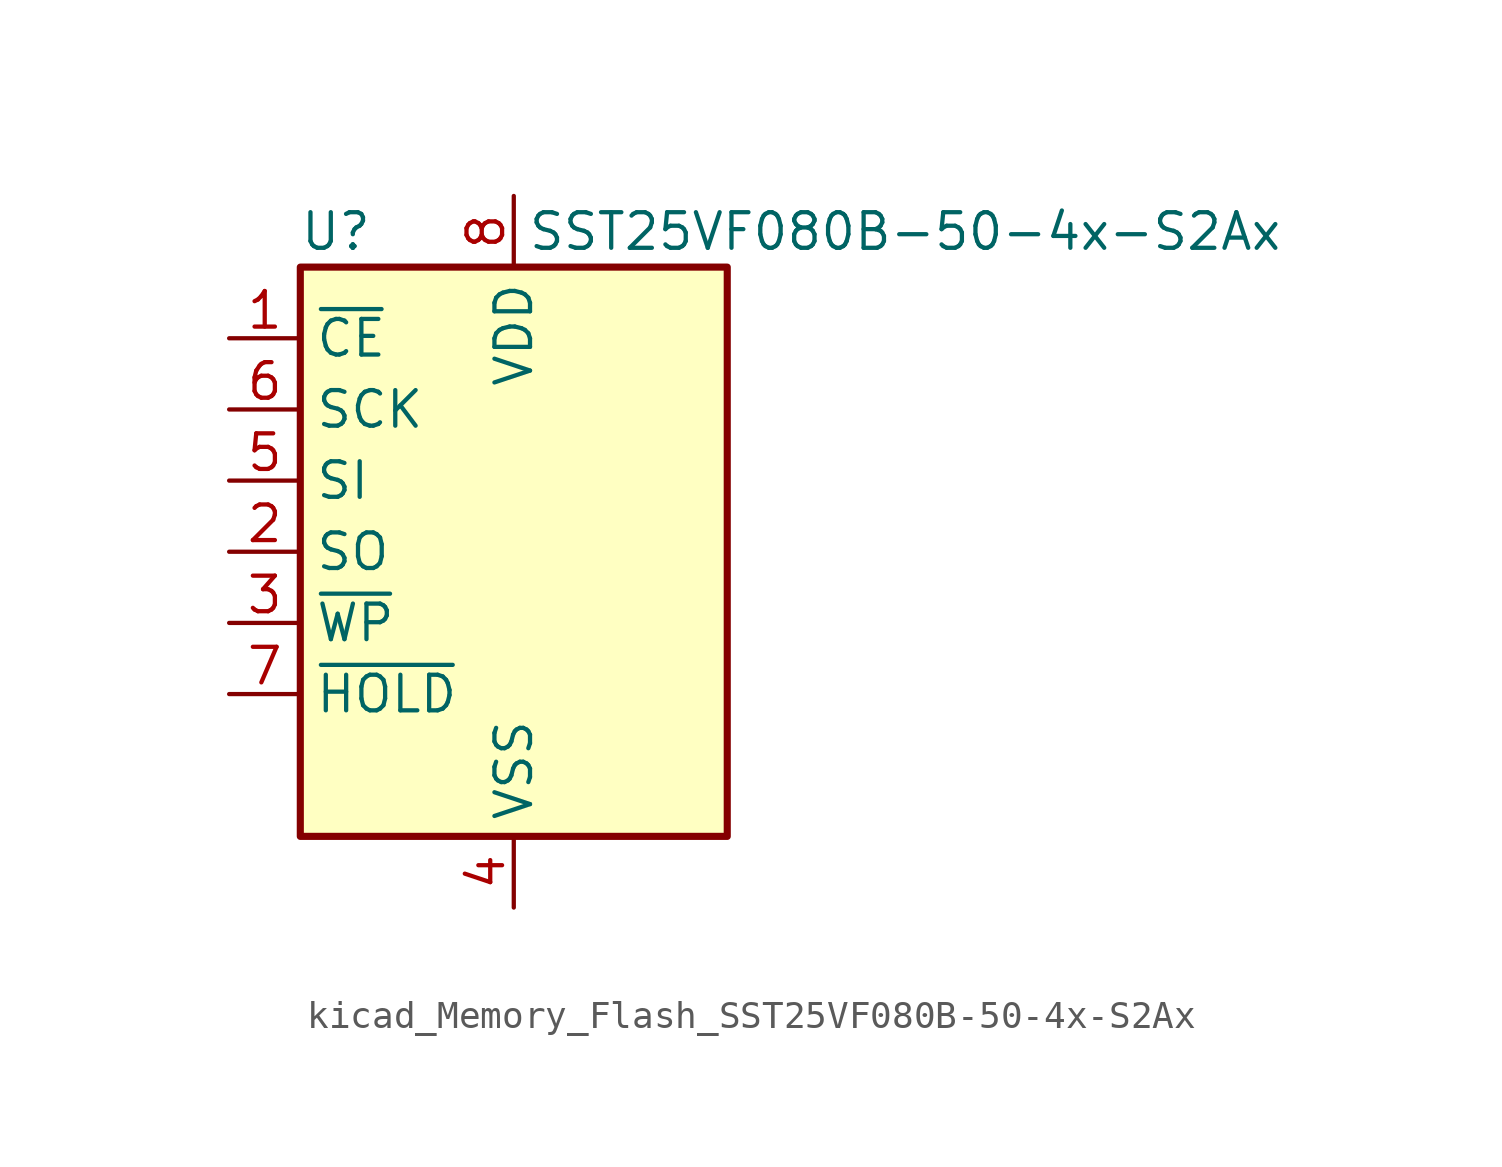
<source format=kicad_sym>
(kicad_symbol_lib
  (version 20220914)
  (generator kicad_symbol_editor)
  (symbol "kicad_Memory_Flash_SST25VF080B-50-4x-S2Ax"
    (property "Reference" "U"
      (at -6.35 11.43 0)
      (effects (font (size 1.27 1.27))))
    (property "Value" "SST25VF080B-50-4x-S2Ax"
      (at 13.97 11.43 0)
      (effects (font (size 1.27 1.27))))
    (symbol "kicad_Memory_Flash_SST25VF080B-50-4x-S2Ax_0_1"
      (rectangle (start -7.62 10.16) (end 7.62 -10.16) (stroke (width 0.254) (type default)) (fill (type background))))
    (symbol "kicad_Memory_Flash_SST25VF080B-50-4x-S2Ax_1_1"
      (pin input line (at -10.16 7.62 0) (length 2.54) (name "~{CE}" (effects (font (size 1.27 1.27)))) (number "1" (effects (font (size 1.27 1.27)))))
      (pin output line (at -10.16 0 0) (length 2.54) (name "SO" (effects (font (size 1.27 1.27)))) (number "2" (effects (font (size 1.27 1.27)))))
      (pin input line (at -10.16 -2.54 0) (length 2.54) (name "~{WP}" (effects (font (size 1.27 1.27)))) (number "3" (effects (font (size 1.27 1.27)))))
      (pin power_in line (at 0 -12.7 90) (length 2.54) (name "VSS" (effects (font (size 1.27 1.27)))) (number "4" (effects (font (size 1.27 1.27)))))
      (pin input line (at -10.16 2.54 0) (length 2.54) (name "SI" (effects (font (size 1.27 1.27)))) (number "5" (effects (font (size 1.27 1.27)))))
      (pin input line (at -10.16 5.08 0) (length 2.54) (name "SCK" (effects (font (size 1.27 1.27)))) (number "6" (effects (font (size 1.27 1.27)))))
      (pin input line (at -10.16 -5.08 0) (length 2.54) (name "~{HOLD}" (effects (font (size 1.27 1.27)))) (number "7" (effects (font (size 1.27 1.27)))))
      (pin power_in line (at 0 12.7 270) (length 2.54) (name "VDD" (effects (font (size 1.27 1.27)))) (number "8" (effects (font (size 1.27 1.27))))))))
</source>
